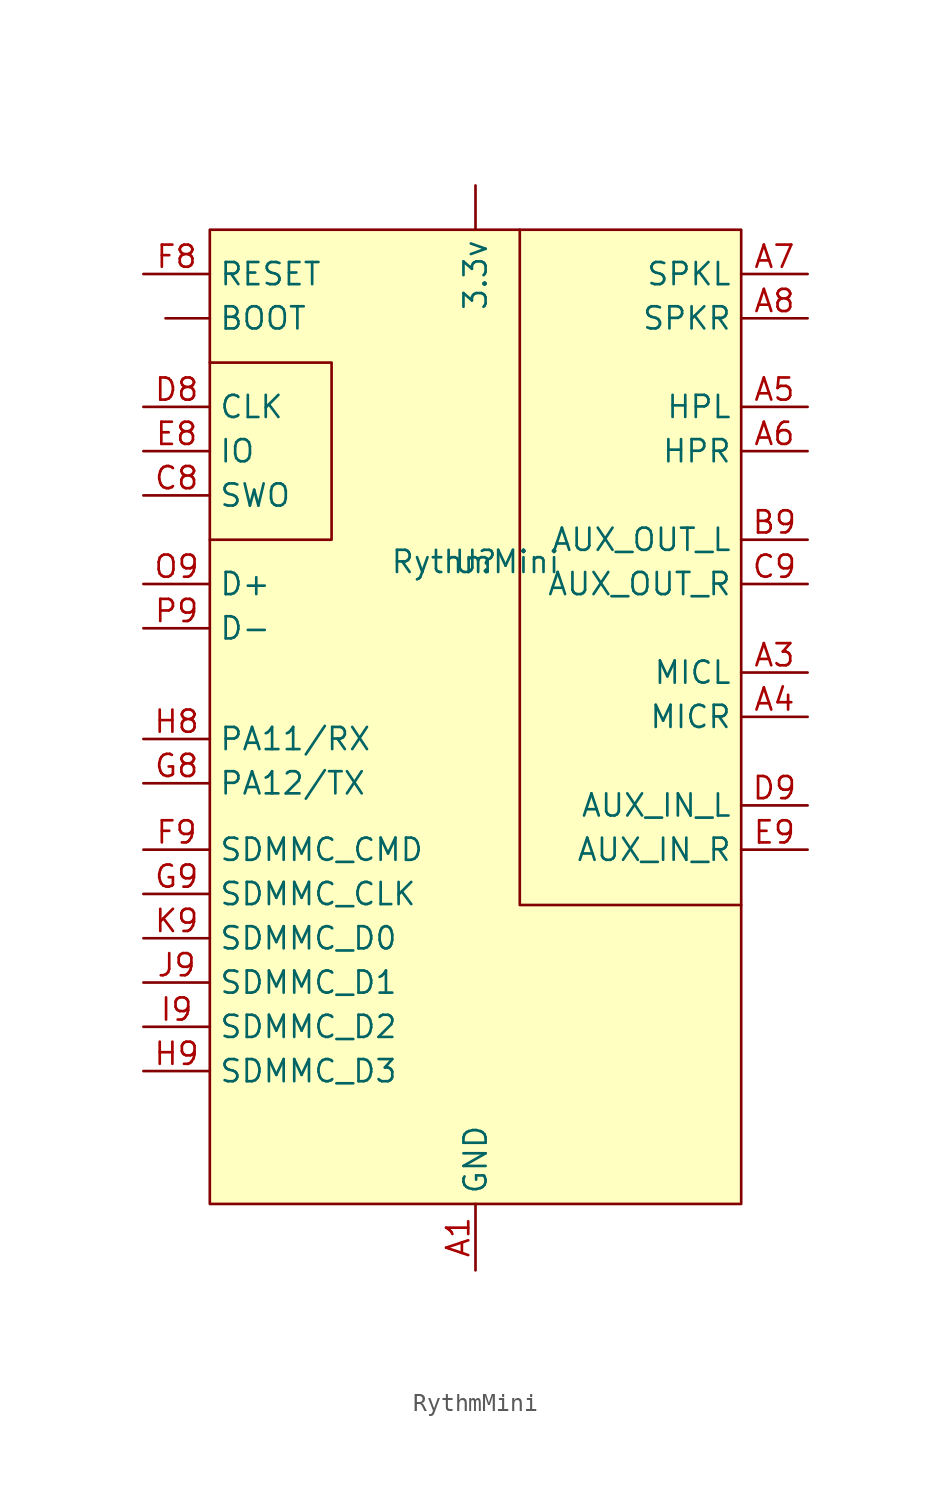
<source format=kicad_sym>
(kicad_symbol_lib
  (version 20241209)
  (generator "kicad_symbol_editor")
  (generator_version "9.0")
  (symbol "RythmMini"
    (property "Reference" "U"
      (at 0 8.89 0)
      (effects (font (size 1.27 1.27))))
    (property "Value" "RythmMini"
      (at 0 8.89 0)
      (effects (font (size 1.27 1.27))))
    (symbol "RythmMini_1_1"
      (rectangle (start -15.24 27.94) (end 15.24 -27.94) (stroke (width 0) (type solid)) (fill (type background)))
      (polyline (pts (xy -15.24 20.32) (xy -8.255 20.32) (xy -8.255 10.16) (xy -15.24 10.16)) (stroke (width 0) (type default)) (fill (type none)))
      (polyline (pts (xy 2.54 27.94) (xy 2.54 -10.795) (xy 15.24 -10.795)) (stroke (width 0) (type default)) (fill (type none)))
      (pin input line (at -19.05 25.4 0) (length 3.81) (name "RESET" (effects (font (size 1.27 1.27)))) (number "F8" (effects (font (size 1.27 1.27)))))
      (pin input line (at -19.05 17.78 0) (length 3.81) (name "CLK" (effects (font (size 1.27 1.27)))) (number "D8" (effects (font (size 1.27 1.27)))))
      (pin input line (at -19.05 15.24 0) (length 3.81) (name "IO" (effects (font (size 1.27 1.27)))) (number "E8" (effects (font (size 1.27 1.27)))))
      (pin input line (at -19.05 12.7 0) (length 3.81) (name "SWO" (effects (font (size 1.27 1.27)))) (number "C8" (effects (font (size 1.27 1.27)))))
      (pin input line (at -19.05 7.62 0) (length 3.81) (name "D+" (effects (font (size 1.27 1.27)))) (number "O9" (effects (font (size 1.27 1.27)))))
      (pin input line (at -19.05 5.08 0) (length 3.81) (name "D-" (effects (font (size 1.27 1.27)))) (number "P9" (effects (font (size 1.27 1.27)))))
      (pin input line (at -19.05 -1.27 0) (length 3.81) (name "PA11/RX" (effects (font (size 1.27 1.27)))) (number "H8" (effects (font (size 1.27 1.27)))))
      (pin input line (at -19.05 -3.81 0) (length 3.81) (name "PA12/TX" (effects (font (size 1.27 1.27)))) (number "G8" (effects (font (size 1.27 1.27)))))
      (pin input line (at -19.05 -7.62 0) (length 3.81) (name "SDMMC_CMD" (effects (font (size 1.27 1.27)))) (number "F9" (effects (font (size 1.27 1.27)))))
      (pin input line (at -19.05 -10.16 0) (length 3.81) (name "SDMMC_CLK" (effects (font (size 1.27 1.27)))) (number "G9" (effects (font (size 1.27 1.27)))))
      (pin input line (at -19.05 -12.7 0) (length 3.81) (name "SDMMC_D0" (effects (font (size 1.27 1.27)))) (number "K9" (effects (font (size 1.27 1.27)))))
      (pin input line (at -19.05 -15.24 0) (length 3.81) (name "SDMMC_D1" (effects (font (size 1.27 1.27)))) (number "J9" (effects (font (size 1.27 1.27)))))
      (pin input line (at -19.05 -17.78 0) (length 3.81) (name "SDMMC_D2" (effects (font (size 1.27 1.27)))) (number "I9" (effects (font (size 1.27 1.27)))))
      (pin input line (at -19.05 -20.32 0) (length 3.81) (name "SDMMC_D3" (effects (font (size 1.27 1.27)))) (number "H9" (effects (font (size 1.27 1.27)))))
      (pin input line (at -17.78 22.86 0) (length 2.54) (name "BOOT" (effects (font (size 1.27 1.27)))) (number "" (effects (font (size 1.27 1.27)))))
      (pin power_in line (at 0 30.48 270) (length 2.54) (name "3.3v" (effects (font (size 1.27 1.27)))) (number "" (effects (font (size 1.27 1.27)))))
      (pin passive line (at 0 -20.32 90) (length 4.064) (hide yes) (name "GND" (effects (font (size 1.27 1.27)))) (number "Y1" (effects (font (size 1.27 1.27)))))
      (pin power_in line (at 0 -31.75 90) (length 3.81) (name "GND" (effects (font (size 1.27 1.27)))) (number "A1" (effects (font (size 1.27 1.27)))))
      (pin passive line (at 0 -31.75 90) (length 3.81) (hide yes) (name "GND" (effects (font (size 1.27 1.27)))) (number "A9" (effects (font (size 1.27 1.27)))))
      (pin passive line (at 0 -31.75 90) (length 3.81) (hide yes) (name "GND" (effects (font (size 1.27 1.27)))) (number "Y9" (effects (font (size 1.27 1.27)))))
      (pin input line (at 19.05 25.4 180) (length 3.81) (name "SPKL" (effects (font (size 1.27 1.27)))) (number "A7" (effects (font (size 1.27 1.27)))))
      (pin input line (at 19.05 22.86 180) (length 3.81) (name "SPKR" (effects (font (size 1.27 1.27)))) (number "A8" (effects (font (size 1.27 1.27)))))
      (pin input line (at 19.05 17.78 180) (length 3.81) (name "HPL" (effects (font (size 1.27 1.27)))) (number "A5" (effects (font (size 1.27 1.27)))))
      (pin input line (at 19.05 15.24 180) (length 3.81) (name "HPR" (effects (font (size 1.27 1.27)))) (number "A6" (effects (font (size 1.27 1.27)))))
      (pin input line (at 19.05 10.16 180) (length 3.81) (name "AUX_OUT_L" (effects (font (size 1.27 1.27)))) (number "B9" (effects (font (size 1.27 1.27)))))
      (pin input line (at 19.05 7.62 180) (length 3.81) (name "AUX_OUT_R" (effects (font (size 1.27 1.27)))) (number "C9" (effects (font (size 1.27 1.27)))))
      (pin input line (at 19.05 2.54 180) (length 3.81) (name "MICL" (effects (font (size 1.27 1.27)))) (number "A3" (effects (font (size 1.27 1.27)))))
      (pin input line (at 19.05 0 180) (length 3.81) (name "MICR" (effects (font (size 1.27 1.27)))) (number "A4" (effects (font (size 1.27 1.27)))))
      (pin input line (at 19.05 -5.08 180) (length 3.81) (name "AUX_IN_L" (effects (font (size 1.27 1.27)))) (number "D9" (effects (font (size 1.27 1.27)))))
      (pin input line (at 19.05 -7.62 180) (length 3.81) (name "AUX_IN_R" (effects (font (size 1.27 1.27)))) (number "E9" (effects (font (size 1.27 1.27))))))))
</source>
